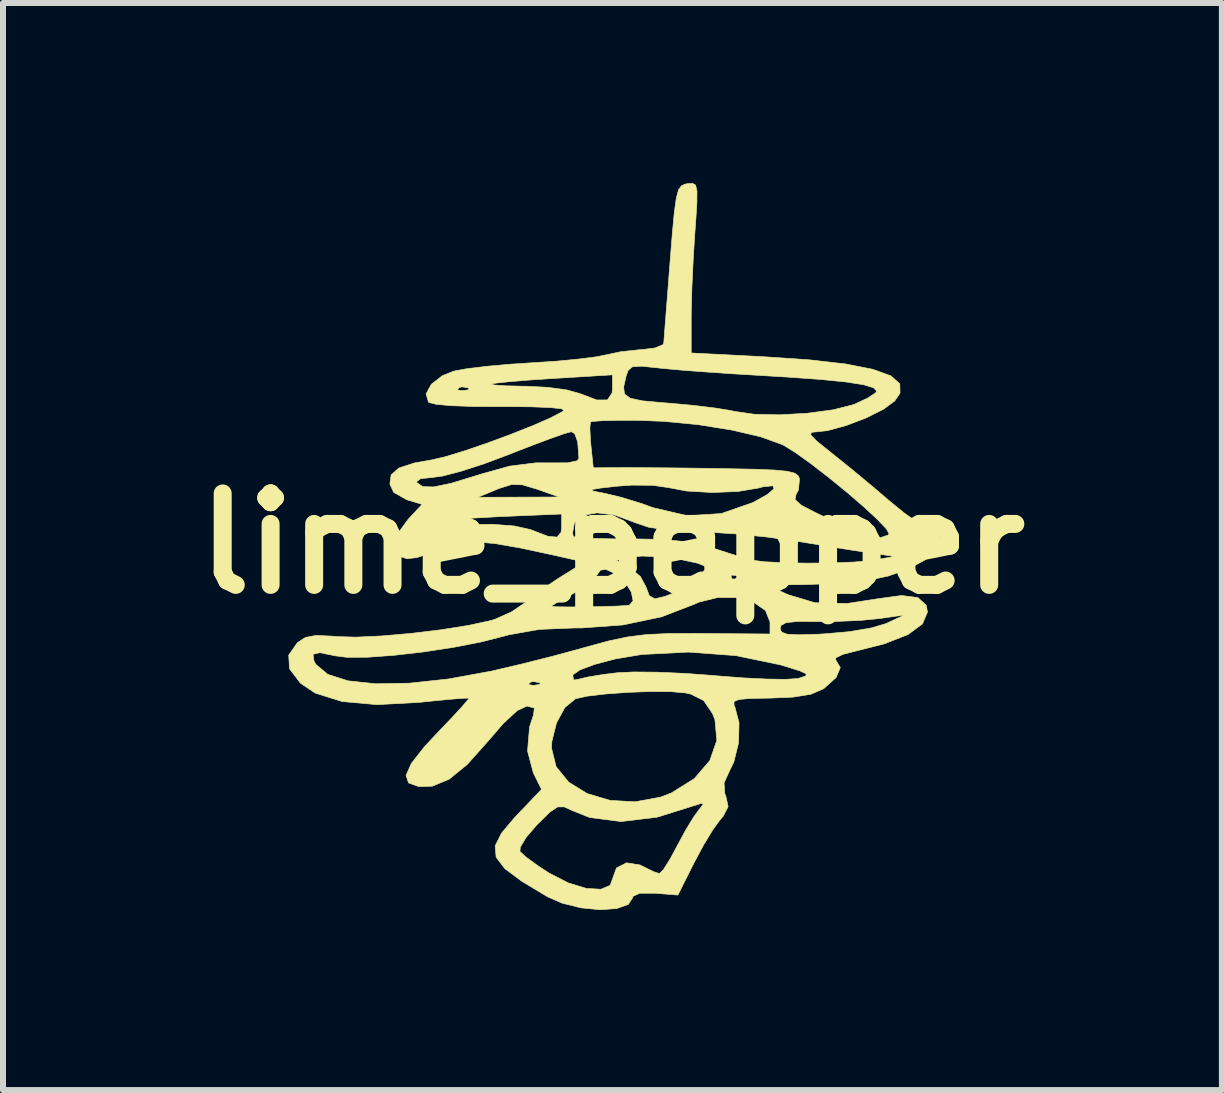
<source format=kicad_pcb>
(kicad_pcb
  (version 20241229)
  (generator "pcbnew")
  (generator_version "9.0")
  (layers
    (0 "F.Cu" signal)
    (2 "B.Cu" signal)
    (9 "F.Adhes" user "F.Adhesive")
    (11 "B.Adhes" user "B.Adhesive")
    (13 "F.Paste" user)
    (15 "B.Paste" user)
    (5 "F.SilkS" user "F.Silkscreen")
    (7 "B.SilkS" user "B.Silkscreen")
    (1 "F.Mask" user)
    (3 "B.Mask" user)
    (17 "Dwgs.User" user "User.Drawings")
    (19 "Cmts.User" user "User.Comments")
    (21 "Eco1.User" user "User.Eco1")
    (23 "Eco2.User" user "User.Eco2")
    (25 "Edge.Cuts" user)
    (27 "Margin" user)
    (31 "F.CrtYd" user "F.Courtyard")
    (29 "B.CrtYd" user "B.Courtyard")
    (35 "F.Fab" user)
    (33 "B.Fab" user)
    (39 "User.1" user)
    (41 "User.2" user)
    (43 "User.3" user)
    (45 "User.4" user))
  (footprint "lime_pepper"
    (layer "F.Cu")
    (at 7.156 6.007)
    (property "Reference" "lime_pepper" (at 0 0 0) (layer "F.SilkS") (effects (font (size 1.524 1.524) (thickness 0.3))))
    (attr through_hole)
    (fp_poly (pts (xy 1.385 -5.973) (xy 1.408 -5.876) (xy 1.407 -5.683) (xy 1.387 -5.364) (xy 1.374 -5.191) (xy 1.346 -4.746) (xy 1.324 -4.281) (xy 1.313 -3.878) (xy 1.312 -3.768) (xy 1.312 -3.175) (xy 2.498 -3.114) (xy 3.274 -3.062) (xy 3.887 -2.992) (xy 4.34 -2.903) (xy 4.639 -2.794) (xy 4.788 -2.662) (xy 4.792 -2.507) (xy 4.705 -2.377) (xy 4.517 -2.238) (xy 4.225 -2.092) (xy 3.892 -1.965) (xy 3.582 -1.881) (xy 3.416 -1.863) (xy 3.314 -1.853) (xy 3.303 -1.81) (xy 3.398 -1.712) (xy 3.613 -1.538) (xy 3.657 -1.503) (xy 3.971 -1.251) (xy 4.327 -0.956) (xy 4.603 -0.72) (xy 4.864 -0.507) (xy 5.099 -0.341) (xy 5.263 -0.254) (xy 5.275 -0.25) (xy 5.447 -0.162) (xy 5.479 -0.033) (xy 5.391 0.119) (xy 5.201 0.278) (xy 4.93 0.424) (xy 4.595 0.542) (xy 4.353 0.594) (xy 3.999 0.638) (xy 3.574 0.671) (xy 3.217 0.684) (xy 2.582 0.691) (xy 2.921 0.851) (xy 3.374 0.987) (xy 3.912 0.999) (xy 4.403 0.923) (xy 4.816 0.866) (xy 5.09 0.901) (xy 5.229 1.03) (xy 5.249 1.143) (xy 5.166 1.339) (xy 4.924 1.517) (xy 4.53 1.672) (xy 4.115 1.777) (xy 3.842 1.846) (xy 3.716 1.908) (xy 3.725 1.947) (xy 3.796 2.068) (xy 3.727 2.232) (xy 3.531 2.409) (xy 3.51 2.423) (xy 3.306 2.512) (xy 3.004 2.56) (xy 2.625 2.576) (xy 2.295 2.582) (xy 2.105 2.599) (xy 2.025 2.634) (xy 2.026 2.695) (xy 2.04 2.724) (xy 2.109 2.989) (xy 2.101 3.321) (xy 2.022 3.641) (xy 1.96 3.768) (xy 1.859 3.988) (xy 1.872 4.17) (xy 1.89 4.213) (xy 1.927 4.385) (xy 1.843 4.547) (xy 1.801 4.594) (xy 1.674 4.767) (xy 1.512 5.034) (xy 1.359 5.321) (xy 1.09 5.858) (xy 0.714 5.828) (xy 0.454 5.828) (xy 0.342 5.879) (xy 0.339 5.896) (xy 0.265 6.014) (xy 0.069 6.083) (xy -0.207 6.102) (xy -0.525 6.071) (xy -0.842 5.992) (xy -1.085 5.885) (xy -1.513 5.627) (xy -1.795 5.416) (xy -1.939 5.227) (xy -1.947 5.132) (xy -1.542 5.132) (xy -1.441 5.225) (xy -1.243 5.369) (xy -1.058 5.49) (xy -0.735 5.656) (xy -0.436 5.747) (xy -0.192 5.761) (xy -0.038 5.695) (xy 0 5.591) (xy 0.066 5.406) (xy 0.235 5.321) (xy 0.459 5.356) (xy 0.509 5.381) (xy 0.683 5.467) (xy 0.782 5.5) (xy 0.85 5.432) (xy 0.962 5.254) (xy 1.067 5.059) (xy 1.214 4.785) (xy 1.355 4.554) (xy 1.428 4.454) (xy 1.513 4.343) (xy 1.48 4.328) (xy 1.439 4.343) (xy 0.747 4.56) (xy 0.142 4.633) (xy -0.381 4.565) (xy -0.66 4.454) (xy -0.803 4.389) (xy -0.913 4.389) (xy -1.038 4.471) (xy -1.227 4.656) (xy -1.254 4.682) (xy -1.436 4.893) (xy -1.536 5.059) (xy -1.542 5.132) (xy -1.947 5.132) (xy -1.955 5.038) (xy -1.849 4.826) (xy -1.632 4.568) (xy -1.591 4.525) (xy -1.182 4.097) (xy -1.319 3.822) (xy -1.415 3.459) (xy -1.411 3.409) (xy -1.016 3.409) (xy -0.939 3.719) (xy -0.73 3.976) (xy -0.42 4.167) (xy -0.04 4.28) (xy 0.377 4.304) (xy 0.801 4.226) (xy 0.98 4.157) (xy 1.363 3.918) (xy 1.621 3.618) (xy 1.739 3.282) (xy 1.707 2.934) (xy 1.666 2.832) (xy 1.519 2.616) (xy 1.304 2.509) (xy 1.219 2.49) (xy 0.981 2.469) (xy 0.644 2.466) (xy 0.261 2.48) (xy -0.113 2.507) (xy -0.425 2.544) (xy -0.617 2.587) (xy -0.793 2.733) (xy -0.933 2.989) (xy -1.01 3.297) (xy -1.016 3.409) (xy -1.411 3.409) (xy -1.382 3.057) (xy -1.316 2.857) (xy -1.302 2.741) (xy -1.424 2.709) (xy -1.427 2.709) (xy -1.586 2.783) (xy -1.819 2.998) (xy -2.073 3.292) (xy -2.421 3.683) (xy -2.724 3.929) (xy -3.003 4.044) (xy -3.23 4.05) (xy -3.398 3.989) (xy -3.44 3.864) (xy -3.353 3.667) (xy -3.134 3.387) (xy -2.927 3.165) (xy -2.69 2.917) (xy -2.508 2.72) (xy -2.406 2.6) (xy -2.393 2.577) (xy -2.48 2.578) (xy -2.698 2.595) (xy -3.008 2.625) (xy -3.217 2.647) (xy -3.924 2.685) (xy -4.504 2.633) (xy -4.952 2.493) (xy -5.166 2.35) (xy -1.403 2.35) (xy -1.319 2.364) (xy -1.21 2.348) (xy -1.208 2.32) (xy -1.322 2.299) (xy -1.371 2.313) (xy -1.403 2.35) (xy -5.166 2.35) (xy -5.199 2.328) (xy -5.382 2.087) (xy -5.395 1.858) (xy -5.386 1.846) (xy -4.99 1.846) (xy -4.974 1.957) (xy -4.942 2.015) (xy -4.744 2.18) (xy -4.406 2.288) (xy -3.945 2.337) (xy -3.381 2.327) (xy -2.732 2.257) (xy -2.387 2.194) (xy -0.661 2.194) (xy -0.648 2.275) (xy -0.568 2.262) (xy -0.415 2.225) (xy -0.157 2.183) (xy 0.073 2.154) (xy 0.354 2.14) (xy 0.753 2.144) (xy 1.216 2.165) (xy 1.692 2.2) (xy 1.719 2.203) (xy 2.162 2.238) (xy 2.564 2.258) (xy 2.884 2.263) (xy 3.082 2.25) (xy 3.101 2.246) (xy 3.217 2.209) (xy 3.23 2.172) (xy 3.123 2.122) (xy 2.876 2.045) (xy 2.794 2.021) (xy 2.057 1.868) (xy 1.264 1.809) (xy 0.488 1.849) (xy 0.049 1.923) (xy -0.293 2.013) (xy -0.54 2.105) (xy -0.657 2.186) (xy -0.661 2.194) (xy -2.387 2.194) (xy -2.016 2.126) (xy -1.99 2.12) (xy -1.538 2.014) (xy -1.02 1.884) (xy -0.532 1.752) (xy -0.423 1.721) (xy -0.058 1.622) (xy 0.254 1.556) (xy 0.566 1.517) (xy 0.931 1.5) (xy 1.403 1.498) (xy 1.503 1.499) (xy 2.625 1.508) (xy 2.625 1.416) (xy 2.794 1.416) (xy 2.818 1.477) (xy 2.912 1.511) (xy 3.106 1.521) (xy 3.43 1.511) (xy 3.535 1.505) (xy 3.944 1.469) (xy 4.303 1.409) (xy 4.557 1.335) (xy 4.572 1.328) (xy 4.868 1.19) (xy 4.445 1.251) (xy 4.133 1.281) (xy 3.743 1.298) (xy 3.408 1.3) (xy 3.082 1.299) (xy 2.893 1.319) (xy 2.808 1.365) (xy 2.794 1.416) (xy 2.625 1.416) (xy 2.625 1.307) (xy 2.55 1.117) (xy 2.352 0.978) (xy 2.074 0.903) (xy 1.756 0.899) (xy 1.44 0.977) (xy 1.36 1.013) (xy 0.817 1.222) (xy 0.173 1.357) (xy -0.515 1.407) (xy -0.635 1.407) (xy -1.22 1.431) (xy -1.727 1.521) (xy -1.789 1.538) (xy -2.187 1.64) (xy -2.655 1.731) (xy -3.154 1.807) (xy -3.642 1.863) (xy -4.081 1.895) (xy -4.428 1.896) (xy -4.622 1.871) (xy -4.877 1.819) (xy -4.99 1.846) (xy -5.386 1.846) (xy -5.25 1.652) (xy -5.117 1.565) (xy -4.939 1.531) (xy -4.66 1.544) (xy -4.593 1.551) (xy -4.274 1.56) (xy -3.842 1.54) (xy -3.35 1.497) (xy -2.849 1.436) (xy -2.392 1.363) (xy -2.033 1.285) (xy -1.957 1.262) (xy -1.686 1.141) (xy -1.543 1.045) (xy -1.016 1.045) (xy -0.94 1.054) (xy -0.744 1.057) (xy -0.478 1.056) (xy -0.191 1.051) (xy 0.066 1.043) (xy 0.244 1.033) (xy 0.281 1.028) (xy 0.343 0.954) (xy 0.314 0.809) (xy 0.214 0.645) (xy 0.069 0.516) (xy 0.059 0.511) (xy -0.111 0.43) (xy -0.201 0.444) (xy -0.263 0.53) (xy -0.389 0.66) (xy -0.602 0.805) (xy -0.682 0.849) (xy -0.883 0.957) (xy -1.002 1.031) (xy -1.016 1.045) (xy -1.543 1.045) (xy -1.449 0.982) (xy -1.439 0.974) (xy -1.239 0.814) (xy -0.974 0.628) (xy -0.847 0.546) (xy -0.466 0.31) (xy -0.598 0.28) (xy 0.062 0.28) (xy 0.284 0.396) (xy 0.466 0.551) (xy 0.558 0.722) (xy 0.614 0.871) (xy 0.707 0.921) (xy 0.882 0.879) (xy 1.04 0.816) (xy 1.276 0.685) (xy 1.354 0.621) (xy 2.399 0.621) (xy 2.411 0.671) (xy 2.455 0.677) (xy 2.525 0.646) (xy 2.512 0.621) (xy 2.411 0.611) (xy 2.399 0.621) (xy 1.354 0.621) (xy 1.457 0.536) (xy 1.976 0.536) (xy 1.987 0.587) (xy 2.032 0.593) (xy 2.102 0.562) (xy 2.088 0.536) (xy 1.988 0.526) (xy 1.976 0.536) (xy 1.457 0.536) (xy 1.463 0.531) (xy 1.463 0.531) (xy 1.539 0.436) (xy 1.534 0.375) (xy 1.422 0.329) (xy 1.175 0.275) (xy 1.119 0.264) (xy 0.795 0.22) (xy 0.492 0.209) (xy 0.343 0.223) (xy 0.062 0.28) (xy -0.598 0.28) (xy -0.974 0.195) (xy -1.535 0.074) (xy -1.966 -0.000366) (xy -2.299 -0.028) (xy -2.565 -0.011) (xy -2.797 0.051) (xy -3.023 0.156) (xy -3.257 0.234) (xy -3.423 0.254) (xy -3.591 0.198) (xy -3.643 0.049) (xy -3.58 -0.162) (xy -3.565 -0.184) (xy -3.126 -0.184) (xy -3.069 -0.191) (xy -3.006 -0.217) (xy -2.745 -0.282) (xy -2.387 -0.316) (xy -1.995 -0.32) (xy -1.633 -0.292) (xy -1.367 -0.233) (xy -1.348 -0.225) (xy -1.077 -0.121) (xy -0.923 -0.107) (xy -0.866 -0.175) (xy -0.665 -0.175) (xy -0.651 -0.114) (xy -0.554 -0.098) (xy -0.324 -0.085) (xy 0.000459 -0.078) (xy 0.293 -0.078) (xy 0.817 -0.069) (xy 1.223 -0.031) (xy 1.562 0.042) (xy 1.677 0.077) (xy 1.968 0.171) (xy 2.214 0.247) (xy 2.328 0.278) (xy 2.534 0.304) (xy 2.857 0.32) (xy 3.246 0.327) (xy 3.651 0.323) (xy 4.019 0.309) (xy 4.3 0.285) (xy 4.36 0.276) (xy 4.699 0.215) (xy 4.276 0.154) (xy 3.997 0.112) (xy 3.618 0.051) (xy 3.204 -0.017) (xy 3.048 -0.043) (xy 2.567 -0.109) (xy 2.024 -0.163) (xy 1.522 -0.193) (xy 1.439 -0.195) (xy 0.953 -0.219) (xy 0.603 -0.271) (xy 0.356 -0.355) (xy 0.347 -0.36) (xy 0.037 -0.475) (xy -0.258 -0.511) (xy -0.495 -0.469) (xy -0.63 -0.35) (xy -0.637 -0.332) (xy -0.665 -0.175) (xy -0.866 -0.175) (xy -0.856 -0.187) (xy -0.847 -0.288) (xy -0.847 -0.492) (xy -1.884 -0.448) (xy -2.368 -0.421) (xy -2.706 -0.387) (xy -2.923 -0.341) (xy -3.041 -0.281) (xy -3.048 -0.274) (xy -3.126 -0.184) (xy -3.565 -0.184) (xy -3.406 -0.402) (xy -3.172 -0.653) (xy -3.427 -0.729) (xy -3.501 -0.771) (xy -2.244 -0.771) (xy -1.566 -0.773) (xy -0.889 -0.775) (xy -1.241 -0.9) (xy -0.34 -0.9) (xy -0.335 -0.878) (xy -0.205 -0.85) (xy -0.127 -0.836) (xy 0.15 -0.769) (xy 0.487 -0.666) (xy 0.677 -0.597) (xy 1.245 -0.464) (xy 1.812 -0.499) (xy 2.338 -0.682) (xy 2.579 -0.816) (xy 2.692 -0.914) (xy 2.672 -0.962) (xy 2.512 -0.946) (xy 2.435 -0.925) (xy 2.087 -0.867) (xy 1.66 -0.85) (xy 1.235 -0.875) (xy 0.931 -0.932) (xy 0.669 -0.97) (xy 0.32 -0.973) (xy 0.085 -0.956) (xy -0.204 -0.923) (xy -0.34 -0.9) (xy -1.241 -0.9) (xy -1.252 -0.904) (xy -1.499 -0.978) (xy -1.682 -0.983) (xy -1.891 -0.917) (xy -1.929 -0.901) (xy -2.244 -0.771) (xy -3.501 -0.771) (xy -3.645 -0.852) (xy -3.709 -0.989) (xy -3.704 -1.03) (xy -3.265 -1.03) (xy -3.26 -1.016) (xy -3.163 -0.948) (xy -2.981 -0.943) (xy -2.691 -1.003) (xy -2.272 -1.131) (xy -2.22 -1.148) (xy -1.713 -1.29) (xy -1.27 -1.345) (xy -1.062 -1.344) (xy -0.746 -1.345) (xy -0.585 -1.38) (xy -0.559 -1.424) (xy -0.572 -1.59) (xy -0.58 -1.693) (xy -0.629 -1.831) (xy -0.686 -1.863) (xy -0.797 -1.833) (xy -1.03 -1.751) (xy -1.352 -1.63) (xy -1.729 -1.483) (xy -1.731 -1.482) (xy -2.142 -1.328) (xy -2.521 -1.205) (xy -2.827 -1.125) (xy -2.998 -1.101) (xy -3.197 -1.081) (xy -3.265 -1.03) (xy -3.704 -1.03) (xy -3.688 -1.145) (xy -3.559 -1.258) (xy -3.299 -1.343) (xy -3.01 -1.394) (xy -2.786 -1.446) (xy -2.465 -1.544) (xy -2.088 -1.673) (xy -1.697 -1.818) (xy -1.422 -1.927) (xy -0.377 -1.927) (xy -0.367 -1.722) (xy -0.358 -1.626) (xy -0.32 -1.262) (xy 0.2 -1.265) (xy 0.484 -1.264) (xy 0.886 -1.261) (xy 1.356 -1.256) (xy 1.843 -1.248) (xy 1.904 -1.247) (xy 2.376 -1.238) (xy 2.706 -1.224) (xy 2.919 -1.203) (xy 3.041 -1.171) (xy 3.1 -1.124) (xy 3.117 -1.075) (xy 3.098 -0.889) (xy 3.058 -0.816) (xy 3.042 -0.733) (xy 3.148 -0.637) (xy 3.368 -0.523) (xy 3.647 -0.388) (xy 3.895 -0.259) (xy 3.979 -0.212) (xy 4.217 -0.115) (xy 4.442 -0.089) (xy 4.593 -0.141) (xy 4.609 -0.16) (xy 4.567 -0.241) (xy 4.417 -0.399) (xy 4.188 -0.611) (xy 3.909 -0.852) (xy 3.606 -1.099) (xy 3.31 -1.328) (xy 3.048 -1.516) (xy 2.849 -1.639) (xy 2.827 -1.65) (xy 2.468 -1.779) (xy 1.988 -1.891) (xy 1.434 -1.98) (xy 0.854 -2.036) (xy 0.445 -2.052) (xy 0.1 -2.053) (xy -0.174 -2.046) (xy -0.338 -2.034) (xy -0.367 -2.026) (xy -0.377 -1.927) (xy -1.422 -1.927) (xy -1.33 -1.963) (xy -1.031 -2.094) (xy -0.839 -2.195) (xy -0.806 -2.219) (xy -0.852 -2.246) (xy -1.043 -2.266) (xy -1.354 -2.278) (xy -1.758 -2.282) (xy -1.852 -2.281) (xy -2.299 -2.283) (xy -2.67 -2.296) (xy -2.934 -2.319) (xy -3.061 -2.351) (xy -3.065 -2.353) (xy -3.106 -2.493) (xy -3.07 -2.56) (xy -2.588 -2.56) (xy -2.505 -2.547) (xy -2.395 -2.562) (xy -2.394 -2.591) (xy -2.507 -2.611) (xy -2.556 -2.598) (xy -2.588 -2.56) (xy -3.07 -2.56) (xy -3.019 -2.653) (xy -3.014 -2.657) (xy -2.025 -2.657) (xy -1.965 -2.641) (xy -1.774 -2.628) (xy -1.491 -2.621) (xy -1.432 -2.621) (xy -1.083 -2.603) (xy -0.768 -2.561) (xy -0.553 -2.502) (xy -0.55 -2.501) (xy -0.26 -2.392) (xy -0.085 -2.393) (xy -0.007 -2.506) (xy 0 -2.591) (xy 0 -2.607) (xy 0.186 -2.607) (xy 0.2 -2.492) (xy 0.295 -2.421) (xy 0.497 -2.378) (xy 0.833 -2.347) (xy 0.953 -2.338) (xy 1.339 -2.303) (xy 1.696 -2.26) (xy 1.964 -2.217) (xy 2.032 -2.202) (xy 2.363 -2.154) (xy 2.79 -2.145) (xy 3.249 -2.171) (xy 3.677 -2.228) (xy 4.009 -2.312) (xy 4.043 -2.325) (xy 4.257 -2.426) (xy 4.386 -2.512) (xy 4.403 -2.539) (xy 4.351 -2.595) (xy 4.186 -2.646) (xy 3.897 -2.691) (xy 3.47 -2.734) (xy 2.892 -2.775) (xy 2.54 -2.796) (xy 2.041 -2.826) (xy 1.561 -2.858) (xy 1.145 -2.89) (xy 0.835 -2.918) (xy 0.753 -2.927) (xy 0.483 -2.955) (xy 0.334 -2.945) (xy 0.262 -2.887) (xy 0.225 -2.783) (xy 0.186 -2.607) (xy 0 -2.607) (xy 0 -2.811) (xy -0.995 -2.75) (xy -1.387 -2.724) (xy -1.712 -2.697) (xy -1.936 -2.674) (xy -2.025 -2.657) (xy -3.014 -2.657) (xy -2.834 -2.797) (xy -2.644 -2.873) (xy -2.431 -2.912) (xy -2.097 -2.953) (xy -1.694 -2.989) (xy -1.355 -3.011) (xy -0.939 -3.038) (xy -0.562 -3.074) (xy -0.27 -3.111) (xy -0.126 -3.14) (xy 0.129 -3.194) (xy 0.433 -3.228) (xy 0.488 -3.231) (xy 0.709 -3.259) (xy 0.84 -3.313) (xy 0.854 -3.337) (xy 0.863 -3.45) (xy 0.882 -3.7) (xy 0.91 -4.055) (xy 0.943 -4.482) (xy 0.96 -4.699) (xy 0.999 -5.187) (xy 1.032 -5.532) (xy 1.064 -5.759) (xy 1.101 -5.894) (xy 1.15 -5.962) (xy 1.214 -5.99) (xy 1.247 -5.996) (xy 1.333 -6.002) (xy 1.385 -5.973)) (stroke (width 0.01) (type solid)) (fill yes) (layer "F.SilkS")))
  (gr_rect
    (start -3 -3)
    (end 17.311 15.114)
    (stroke (width 0.1) (type default))
    (fill no)
    (layer "Edge.Cuts")))
</source>
